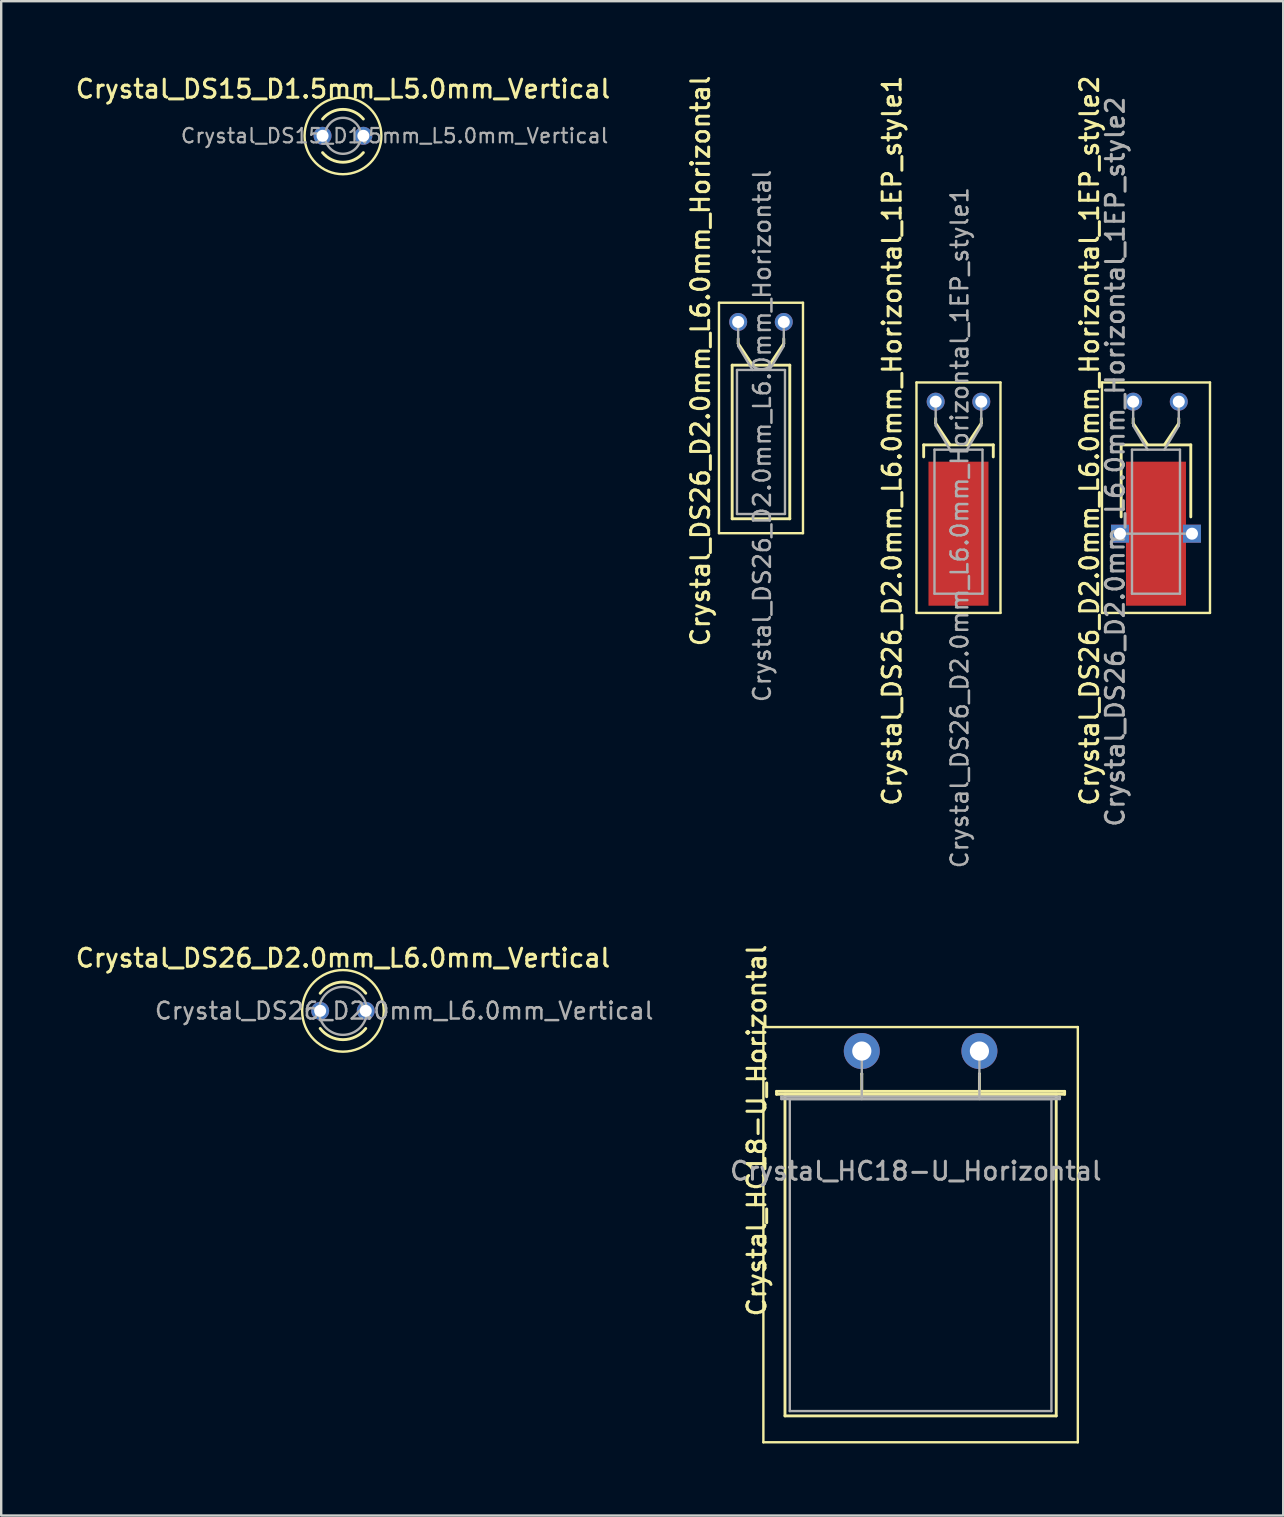
<source format=kicad_pcb>
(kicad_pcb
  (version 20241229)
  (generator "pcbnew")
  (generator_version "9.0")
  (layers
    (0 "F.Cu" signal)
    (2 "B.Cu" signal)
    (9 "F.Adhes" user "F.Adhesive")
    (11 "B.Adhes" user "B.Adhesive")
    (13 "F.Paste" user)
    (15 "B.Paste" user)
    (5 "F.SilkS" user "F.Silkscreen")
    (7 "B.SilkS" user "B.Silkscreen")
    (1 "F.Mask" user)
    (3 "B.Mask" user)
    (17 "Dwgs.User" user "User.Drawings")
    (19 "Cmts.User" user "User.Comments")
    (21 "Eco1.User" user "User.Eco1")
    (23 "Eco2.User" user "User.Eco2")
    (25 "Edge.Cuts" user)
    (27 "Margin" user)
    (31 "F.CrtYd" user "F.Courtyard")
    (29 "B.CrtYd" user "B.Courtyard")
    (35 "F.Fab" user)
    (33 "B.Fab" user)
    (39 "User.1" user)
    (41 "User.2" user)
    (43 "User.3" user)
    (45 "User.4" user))
  (footprint "Crystal_DS26_D2.0mm_L6.0mm_Vertical"
    (layer "F.Cu")
    (at 10.288 39.063)
    (property "Reference" "Crystal_DS26_D2.0mm_L6.0mm_Vertical" (at 0.95 -2.2 0) (layer "F.SilkS") (effects (font (size 0.75 0.75) (thickness 0.125))))
    (attr through_hole)
    (fp_arc (start 0 -0.733144) (mid 0.950178 -1.2) (end 1.900217 -0.732863) (stroke (width 0.12) (type solid)) (layer "F.SilkS"))
    (fp_arc (start 1.900217 0.732863) (mid 0.950178 1.2) (end 0 0.733144) (stroke (width 0.12) (type solid)) (layer "F.SilkS"))
    (fp_circle (center 0.95 0) (end 2.65 0) (stroke (width 0.1) (type solid)) (fill no) (layer "F.SilkS"))
    (fp_circle (center 0.95 0) (end 1.95 0) (stroke (width 0.1) (type solid)) (fill no) (layer "F.Fab"))
    (fp_text user "${REFERENCE}" (at 3.5 0 0) (layer "F.Fab") (effects (font (size 0.7 0.7) (thickness 0.105))))
    (pad "1" thru_hole circle (at 0 0) (size 0.75 0.75) (drill 0.5) (layers "*.Cu" "*.Mask"))
    (pad "2" thru_hole circle (at 1.9 0) (size 0.75 0.75) (drill 0.5) (layers "*.Cu" "*.Mask")))
  (footprint "Crystal_DS26_D2.0mm_L6.0mm_Horizontal_1EP_style2"
    (layer "F.Cu")
    (at 44.159 13.684)
    (property "Reference" "Crystal_DS26_D2.0mm_L6.0mm_Horizontal_1EP_style2" (at -1.82 1.625 90) (layer "F.SilkS") (effects (font (size 0.75 0.75) (thickness 0.125))))
    (attr through_hole)
    (fp_line (start -1.3 -0.8) (end -1.3 8.8) (stroke (width 0.1) (type solid)) (layer "F.SilkS"))
    (fp_line (start -1.3 8.8) (end 3.2 8.8) (stroke (width 0.1) (type solid)) (layer "F.SilkS"))
    (fp_line (start -0.5 1.8) (end 2.4 1.8) (stroke (width 0.12) (type solid)) (layer "F.SilkS"))
    (fp_line (start -0.5 4.8) (end -0.5 1.8) (stroke (width 0.12) (type solid)) (layer "F.SilkS"))
    (fp_line (start 0 0.9) (end 0 0.7) (stroke (width 0.12) (type solid)) (layer "F.SilkS"))
    (fp_line (start 0.6 1.8) (end 0 0.9) (stroke (width 0.12) (type solid)) (layer "F.SilkS"))
    (fp_line (start 1.3 1.8) (end 1.9 0.9) (stroke (width 0.12) (type solid)) (layer "F.SilkS"))
    (fp_line (start 1.9 0.9) (end 1.9 0.7) (stroke (width 0.12) (type solid)) (layer "F.SilkS"))
    (fp_line (start 2.4 1.8) (end 2.4 4.8) (stroke (width 0.12) (type solid)) (layer "F.SilkS"))
    (fp_line (start 3.2 -0.8) (end -1.3 -0.8) (stroke (width 0.1) (type solid)) (layer "F.SilkS"))
    (fp_line (start 3.2 8.8) (end 3.2 -0.8) (stroke (width 0.1) (type solid)) (layer "F.SilkS"))
    (fp_line (start -0.55 5.5) (end 2.45 5.5) (stroke (width 0.1) (type solid)) (layer "F.Fab"))
    (fp_line (start -0.05 2) (end -0.05 8) (stroke (width 0.1) (type solid)) (layer "F.Fab"))
    (fp_line (start -0.05 8) (end 1.95 8) (stroke (width 0.1) (type solid)) (layer "F.Fab"))
    (fp_line (start 0 1) (end 0 0) (stroke (width 0.1) (type solid)) (layer "F.Fab"))
    (fp_line (start 0.6 2) (end 0 1) (stroke (width 0.1) (type solid)) (layer "F.Fab"))
    (fp_line (start 1.3 2) (end 1.9 1) (stroke (width 0.1) (type solid)) (layer "F.Fab"))
    (fp_line (start 1.9 1) (end 1.9 0) (stroke (width 0.1) (type solid)) (layer "F.Fab"))
    (fp_line (start 1.95 2) (end -0.05 2) (stroke (width 0.1) (type solid)) (layer "F.Fab"))
    (fp_line (start 1.95 8) (end 1.95 2) (stroke (width 0.1) (type solid)) (layer "F.Fab"))
    (fp_text user "${REFERENCE}" (at -0.75 2.5 90) (layer "F.Fab") (effects (font (size 0.75 0.75) (thickness 0.125))))
    (pad "1" thru_hole circle (at 0 0) (size 0.75 0.75) (drill 0.5) (layers "*.Cu" "*.Mask"))
    (pad "2" thru_hole circle (at 1.9 0) (size 0.75 0.75) (drill 0.5) (layers "*.Cu" "*.Mask"))
    (pad "3" thru_hole rect (at -0.55 5.5) (size 0.75 0.75) (drill 0.5) (layers "*.Cu" "*.Mask"))
    (pad "3" smd rect (at 0.95 5.5) (size 2.5 6) (layers "F.Cu" "F.Mask" "F.Paste"))
    (pad "3" thru_hole rect (at 2.45 5.5) (size 0.75 0.75) (drill 0.5) (layers "*.Cu" "*.Mask")))
  (footprint "Crystal_DS26_D2.0mm_L6.0mm_Horizontal_1EP_style1"
    (layer "F.Cu")
    (at 35.931 13.684)
    (property "Reference" "Crystal_DS26_D2.0mm_L6.0mm_Horizontal_1EP_style1" (at -1.82 1.625 90) (layer "F.SilkS") (effects (font (size 0.75 0.75) (thickness 0.125))))
    (attr through_hole)
    (fp_line (start -0.8 -0.8) (end -0.8 8.8) (stroke (width 0.1) (type solid)) (layer "F.SilkS"))
    (fp_line (start -0.8 8.8) (end 2.7 8.8) (stroke (width 0.1) (type solid)) (layer "F.SilkS"))
    (fp_line (start -0.5 1.8) (end 2.4 1.8) (stroke (width 0.12) (type solid)) (layer "F.SilkS"))
    (fp_line (start -0.5 2.3) (end -0.5 1.8) (stroke (width 0.12) (type solid)) (layer "F.SilkS"))
    (fp_line (start 0 0.9) (end 0 0.7) (stroke (width 0.12) (type solid)) (layer "F.SilkS"))
    (fp_line (start 0.6 1.8) (end 0 0.9) (stroke (width 0.12) (type solid)) (layer "F.SilkS"))
    (fp_line (start 1.3 1.8) (end 1.9 0.9) (stroke (width 0.12) (type solid)) (layer "F.SilkS"))
    (fp_line (start 1.9 0.9) (end 1.9 0.7) (stroke (width 0.12) (type solid)) (layer "F.SilkS"))
    (fp_line (start 2.4 1.8) (end 2.4 2.3) (stroke (width 0.12) (type solid)) (layer "F.SilkS"))
    (fp_line (start 2.7 -0.8) (end -0.8 -0.8) (stroke (width 0.1) (type solid)) (layer "F.SilkS"))
    (fp_line (start 2.7 8.8) (end 2.7 -0.8) (stroke (width 0.1) (type solid)) (layer "F.SilkS"))
    (fp_line (start -0.05 2) (end -0.05 8) (stroke (width 0.1) (type solid)) (layer "F.Fab"))
    (fp_line (start -0.05 8) (end 1.95 8) (stroke (width 0.1) (type solid)) (layer "F.Fab"))
    (fp_line (start 0 1) (end 0 0) (stroke (width 0.1) (type solid)) (layer "F.Fab"))
    (fp_line (start 0.6 2) (end 0 1) (stroke (width 0.1) (type solid)) (layer "F.Fab"))
    (fp_line (start 1.3 2) (end 1.9 1) (stroke (width 0.1) (type solid)) (layer "F.Fab"))
    (fp_line (start 1.9 1) (end 1.9 0) (stroke (width 0.1) (type solid)) (layer "F.Fab"))
    (fp_line (start 1.95 2) (end -0.05 2) (stroke (width 0.1) (type solid)) (layer "F.Fab"))
    (fp_line (start 1.95 8) (end 1.95 2) (stroke (width 0.1) (type solid)) (layer "F.Fab"))
    (fp_text user "${REFERENCE}" (at 1 5.25 90) (layer "F.Fab") (effects (font (size 0.7 0.7) (thickness 0.105))))
    (pad "1" thru_hole circle (at 0 0) (size 0.75 0.75) (drill 0.5) (layers "*.Cu" "*.Mask"))
    (pad "2" thru_hole circle (at 1.9 0) (size 0.75 0.75) (drill 0.5) (layers "*.Cu" "*.Mask"))
    (pad "3" smd rect (at 0.95 5.5) (size 2.5 6) (layers "F.Cu" "F.Mask" "F.Paste")))
  (footprint "Crystal_DS26_D2.0mm_L6.0mm_Horizontal"
    (layer "F.Cu")
    (at 27.703 10.363)
    (property "Reference" "Crystal_DS26_D2.0mm_L6.0mm_Horizontal" (at -1.57 1.625 90) (layer "F.SilkS") (effects (font (size 0.75 0.75) (thickness 0.125))))
    (attr through_hole)
    (fp_line (start -0.8 -0.8) (end -0.8 8.8) (stroke (width 0.1) (type solid)) (layer "F.SilkS"))
    (fp_line (start -0.8 8.8) (end 2.7 8.8) (stroke (width 0.1) (type solid)) (layer "F.SilkS"))
    (fp_line (start -0.25 1.8) (end -0.25 8.2) (stroke (width 0.12) (type solid)) (layer "F.SilkS"))
    (fp_line (start -0.25 8.2) (end 2.15 8.2) (stroke (width 0.12) (type solid)) (layer "F.SilkS"))
    (fp_line (start 0 0.9) (end 0 0.7) (stroke (width 0.12) (type solid)) (layer "F.SilkS"))
    (fp_line (start 0.6 1.8) (end 0 0.9) (stroke (width 0.12) (type solid)) (layer "F.SilkS"))
    (fp_line (start 1.3 1.8) (end 1.9 0.9) (stroke (width 0.12) (type solid)) (layer "F.SilkS"))
    (fp_line (start 1.9 0.9) (end 1.9 0.7) (stroke (width 0.12) (type solid)) (layer "F.SilkS"))
    (fp_line (start 2.15 1.8) (end -0.25 1.8) (stroke (width 0.12) (type solid)) (layer "F.SilkS"))
    (fp_line (start 2.15 8.2) (end 2.15 1.8) (stroke (width 0.12) (type solid)) (layer "F.SilkS"))
    (fp_line (start 2.7 -0.8) (end -0.8 -0.8) (stroke (width 0.1) (type solid)) (layer "F.SilkS"))
    (fp_line (start 2.7 8.8) (end 2.7 -0.8) (stroke (width 0.1) (type solid)) (layer "F.SilkS"))
    (fp_line (start -0.05 2) (end -0.05 8) (stroke (width 0.1) (type solid)) (layer "F.Fab"))
    (fp_line (start -0.05 8) (end 1.95 8) (stroke (width 0.1) (type solid)) (layer "F.Fab"))
    (fp_line (start 0 1) (end 0 0) (stroke (width 0.1) (type solid)) (layer "F.Fab"))
    (fp_line (start 0.6 2) (end 0 1) (stroke (width 0.1) (type solid)) (layer "F.Fab"))
    (fp_line (start 1.3 2) (end 1.9 1) (stroke (width 0.1) (type solid)) (layer "F.Fab"))
    (fp_line (start 1.9 1) (end 1.9 0) (stroke (width 0.1) (type solid)) (layer "F.Fab"))
    (fp_line (start 1.95 2) (end -0.05 2) (stroke (width 0.1) (type solid)) (layer "F.Fab"))
    (fp_line (start 1.95 8) (end 1.95 2) (stroke (width 0.1) (type solid)) (layer "F.Fab"))
    (fp_text user "${REFERENCE}" (at 1 4.75 90) (layer "F.Fab") (effects (font (size 0.7 0.7) (thickness 0.105))))
    (pad "1" thru_hole circle (at 0 0) (size 0.75 0.75) (drill 0.5) (layers "*.Cu" "*.Mask"))
    (pad "2" thru_hole circle (at 1.9 0) (size 0.75 0.75) (drill 0.5) (layers "*.Cu" "*.Mask")))
  (footprint "Crystal_HC18-U_Horizontal"
    (layer "F.Cu")
    (at 32.853 40.737)
    (property "Reference" "Crystal_HC18-U_Horizontal" (at -4.375 3.312 90) (layer "F.SilkS") (effects (font (size 0.75 0.75) (thickness 0.125))))
    (attr through_hole)
    (fp_line (start -4.1 -1) (end -4.1 16.3) (stroke (width 0.1) (type solid)) (layer "F.SilkS"))
    (fp_line (start -4.1 16.3) (end 9 16.3) (stroke (width 0.1) (type solid)) (layer "F.SilkS"))
    (fp_line (start -3.55 1.68) (end 8.45 1.68) (stroke (width 0.12) (type solid)) (layer "F.SilkS"))
    (fp_line (start -3.55 1.8) (end -3.55 1.68) (stroke (width 0.12) (type solid)) (layer "F.SilkS"))
    (fp_line (start -3.2 1.8) (end -3.2 15.2) (stroke (width 0.12) (type solid)) (layer "F.SilkS"))
    (fp_line (start -3.2 15.2) (end 8.1 15.2) (stroke (width 0.12) (type solid)) (layer "F.SilkS"))
    (fp_line (start 0 0.95) (end 0 0.95) (stroke (width 0.12) (type solid)) (layer "F.SilkS"))
    (fp_line (start 0 1.8) (end 0 0.95) (stroke (width 0.12) (type solid)) (layer "F.SilkS"))
    (fp_line (start 4.9 0.95) (end 4.9 0.95) (stroke (width 0.12) (type solid)) (layer "F.SilkS"))
    (fp_line (start 4.9 1.8) (end 4.9 0.95) (stroke (width 0.12) (type solid)) (layer "F.SilkS"))
    (fp_line (start 8.1 1.8) (end -3.2 1.8) (stroke (width 0.12) (type solid)) (layer "F.SilkS"))
    (fp_line (start 8.1 15.2) (end 8.1 1.8) (stroke (width 0.12) (type solid)) (layer "F.SilkS"))
    (fp_line (start 8.45 1.68) (end 8.45 1.8) (stroke (width 0.12) (type solid)) (layer "F.SilkS"))
    (fp_line (start 8.45 1.8) (end -3.55 1.8) (stroke (width 0.12) (type solid)) (layer "F.SilkS"))
    (fp_line (start 9 -1) (end -4.1 -1) (stroke (width 0.1) (type solid)) (layer "F.SilkS"))
    (fp_line (start 9 16.3) (end 9 -1) (stroke (width 0.1) (type solid)) (layer "F.SilkS"))
    (fp_line (start -3.35 1.9) (end 8.25 1.9) (stroke (width 0.1) (type solid)) (layer "F.Fab"))
    (fp_line (start -3.35 2) (end -3.35 1.9) (stroke (width 0.1) (type solid)) (layer "F.Fab"))
    (fp_line (start -3 2) (end -3 15) (stroke (width 0.1) (type solid)) (layer "F.Fab"))
    (fp_line (start -3 15) (end 7.9 15) (stroke (width 0.1) (type solid)) (layer "F.Fab"))
    (fp_line (start 0 1) (end 0 0) (stroke (width 0.1) (type solid)) (layer "F.Fab"))
    (fp_line (start 0 2) (end 0 1) (stroke (width 0.1) (type solid)) (layer "F.Fab"))
    (fp_line (start 4.9 1) (end 4.9 0) (stroke (width 0.1) (type solid)) (layer "F.Fab"))
    (fp_line (start 4.9 2) (end 4.9 1) (stroke (width 0.1) (type solid)) (layer "F.Fab"))
    (fp_line (start 7.9 2) (end -3 2) (stroke (width 0.1) (type solid)) (layer "F.Fab"))
    (fp_line (start 7.9 15) (end 7.9 2) (stroke (width 0.1) (type solid)) (layer "F.Fab"))
    (fp_line (start 8.25 1.9) (end 8.25 2) (stroke (width 0.1) (type solid)) (layer "F.Fab"))
    (fp_line (start 8.25 2) (end -3.35 2) (stroke (width 0.1) (type solid)) (layer "F.Fab"))
    (fp_text user "${REFERENCE}" (at 2.25 5 0) (layer "F.Fab") (effects (font (size 0.75 0.75) (thickness 0.125))))
    (pad "1" thru_hole circle (at 0 0) (size 1.5 1.5) (drill 0.8) (layers "*.Cu" "*.Mask"))
    (pad "2" thru_hole circle (at 4.9 0) (size 1.5 1.5) (drill 0.8) (layers "*.Cu" "*.Mask")))
  (footprint "Crystal_DS15_D1.5mm_L5.0mm_Vertical"
    (layer "F.Cu")
    (at 10.388 2.608)
    (property "Reference" "Crystal_DS15_D1.5mm_L5.0mm_Vertical" (at 0.85 -1.95 0) (layer "F.SilkS") (effects (font (size 0.75 0.75) (thickness 0.125))))
    (attr through_hole)
    (fp_arc (start 0 -0.7) (mid 0.850432 -1.101136) (end 1.700549 -0.699333) (stroke (width 0.12) (type solid)) (layer "F.SilkS"))
    (fp_arc (start 1.700549 0.699333) (mid 0.850432 1.101136) (end 0 0.7) (stroke (width 0.12) (type solid)) (layer "F.SilkS"))
    (fp_circle (center 0.85 0) (end 2.45 0) (stroke (width 0.1) (type solid)) (fill no) (layer "F.SilkS"))
    (fp_circle (center 0.85 0) (end 1.6 0) (stroke (width 0.1) (type solid)) (fill no) (layer "F.Fab"))
    (fp_text user "${REFERENCE}" (at 3 0 0) (layer "F.Fab") (effects (font (size 0.6 0.6) (thickness 0.09))))
    (pad "1" thru_hole circle (at 0 0) (size 0.75 0.75) (drill 0.5) (layers "*.Cu" "*.Mask"))
    (pad "2" thru_hole circle (at 1.7 0) (size 0.75 0.75) (drill 0.5) (layers "*.Cu" "*.Mask")))
  (gr_rect
    (start -3 -3)
    (end 50.409 60.087)
    (stroke (width 0.1) (type default))
    (fill no)
    (layer "Edge.Cuts")))
</source>
